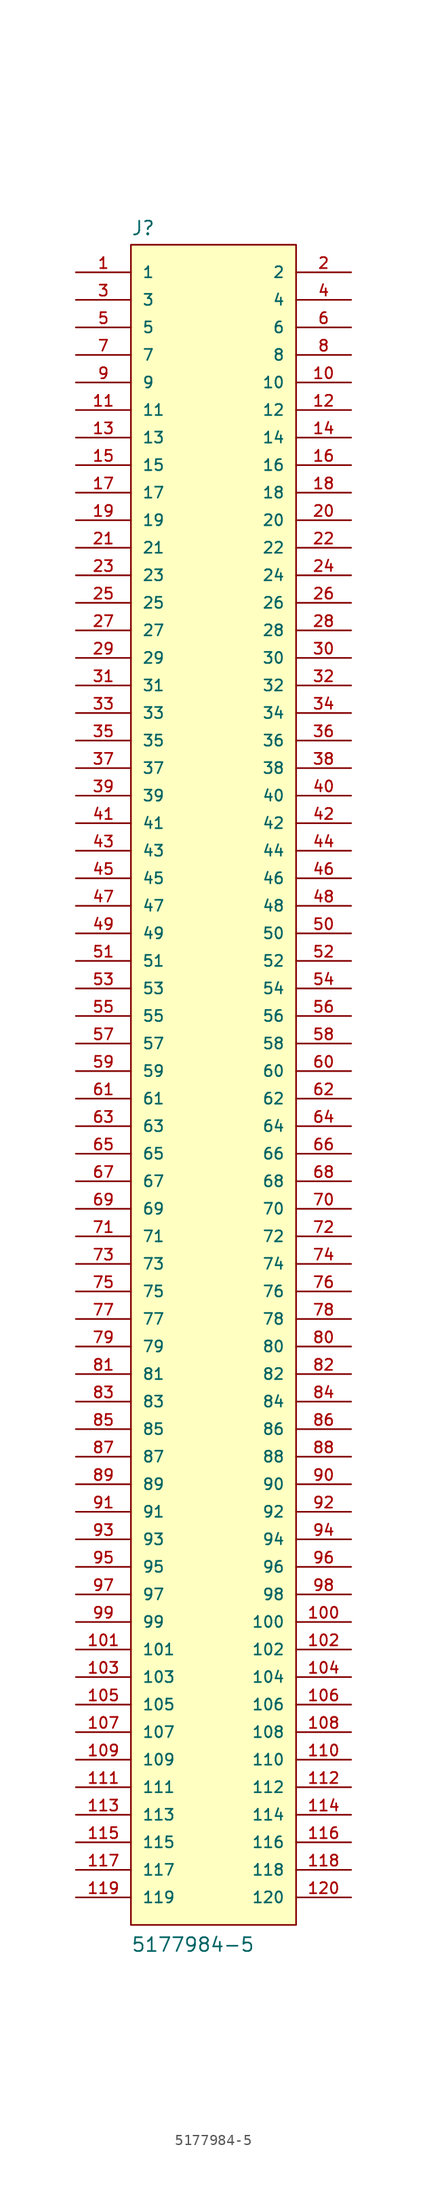
<source format=kicad_sym>
(kicad_symbol_lib
  (version 20211014)
  (generator kicad_symbol_editor)
  (symbol "5177984-5"
    (pin_names
      (offset 1.016))
    (property "Reference" "J"
      (at -7.62 76.987 0)
      (effects (font (size 1.27 1.27)) (justify left bottom)))
    (property "Value" "5177984-5"
      (at -7.62 -81.305 0)
      (effects (font (size 1.27 1.27)) (justify left bottom)))
    (symbol "5177984-5_0_0"
      (rectangle (start -7.62 -78.74) (end 7.62 76.2) (stroke (width 0.152) (type default) (color 0 0 0 0)) (fill (type background)))
      (pin passive line (at -12.7 73.66 0) (length 5.08) (name "1" (effects (font (size 1.016 1.016)))) (number "1" (effects (font (size 1.016 1.016)))))
      (pin passive line (at 12.7 63.5 180) (length 5.08) (name "10" (effects (font (size 1.016 1.016)))) (number "10" (effects (font (size 1.016 1.016)))))
      (pin passive line (at 12.7 -50.8 180) (length 5.08) (name "100" (effects (font (size 1.016 1.016)))) (number "100" (effects (font (size 1.016 1.016)))))
      (pin passive line (at -12.7 -53.34 0) (length 5.08) (name "101" (effects (font (size 1.016 1.016)))) (number "101" (effects (font (size 1.016 1.016)))))
      (pin passive line (at 12.7 -53.34 180) (length 5.08) (name "102" (effects (font (size 1.016 1.016)))) (number "102" (effects (font (size 1.016 1.016)))))
      (pin passive line (at -12.7 -55.88 0) (length 5.08) (name "103" (effects (font (size 1.016 1.016)))) (number "103" (effects (font (size 1.016 1.016)))))
      (pin passive line (at 12.7 -55.88 180) (length 5.08) (name "104" (effects (font (size 1.016 1.016)))) (number "104" (effects (font (size 1.016 1.016)))))
      (pin passive line (at -12.7 -58.42 0) (length 5.08) (name "105" (effects (font (size 1.016 1.016)))) (number "105" (effects (font (size 1.016 1.016)))))
      (pin passive line (at 12.7 -58.42 180) (length 5.08) (name "106" (effects (font (size 1.016 1.016)))) (number "106" (effects (font (size 1.016 1.016)))))
      (pin passive line (at -12.7 -60.96 0) (length 5.08) (name "107" (effects (font (size 1.016 1.016)))) (number "107" (effects (font (size 1.016 1.016)))))
      (pin passive line (at 12.7 -60.96 180) (length 5.08) (name "108" (effects (font (size 1.016 1.016)))) (number "108" (effects (font (size 1.016 1.016)))))
      (pin passive line (at -12.7 -63.5 0) (length 5.08) (name "109" (effects (font (size 1.016 1.016)))) (number "109" (effects (font (size 1.016 1.016)))))
      (pin passive line (at -12.7 60.96 0) (length 5.08) (name "11" (effects (font (size 1.016 1.016)))) (number "11" (effects (font (size 1.016 1.016)))))
      (pin passive line (at 12.7 -63.5 180) (length 5.08) (name "110" (effects (font (size 1.016 1.016)))) (number "110" (effects (font (size 1.016 1.016)))))
      (pin passive line (at -12.7 -66.04 0) (length 5.08) (name "111" (effects (font (size 1.016 1.016)))) (number "111" (effects (font (size 1.016 1.016)))))
      (pin passive line (at 12.7 -66.04 180) (length 5.08) (name "112" (effects (font (size 1.016 1.016)))) (number "112" (effects (font (size 1.016 1.016)))))
      (pin passive line (at -12.7 -68.58 0) (length 5.08) (name "113" (effects (font (size 1.016 1.016)))) (number "113" (effects (font (size 1.016 1.016)))))
      (pin passive line (at 12.7 -68.58 180) (length 5.08) (name "114" (effects (font (size 1.016 1.016)))) (number "114" (effects (font (size 1.016 1.016)))))
      (pin passive line (at -12.7 -71.12 0) (length 5.08) (name "115" (effects (font (size 1.016 1.016)))) (number "115" (effects (font (size 1.016 1.016)))))
      (pin passive line (at 12.7 -71.12 180) (length 5.08) (name "116" (effects (font (size 1.016 1.016)))) (number "116" (effects (font (size 1.016 1.016)))))
      (pin passive line (at -12.7 -73.66 0) (length 5.08) (name "117" (effects (font (size 1.016 1.016)))) (number "117" (effects (font (size 1.016 1.016)))))
      (pin passive line (at 12.7 -73.66 180) (length 5.08) (name "118" (effects (font (size 1.016 1.016)))) (number "118" (effects (font (size 1.016 1.016)))))
      (pin passive line (at -12.7 -76.2 0) (length 5.08) (name "119" (effects (font (size 1.016 1.016)))) (number "119" (effects (font (size 1.016 1.016)))))
      (pin passive line (at 12.7 60.96 180) (length 5.08) (name "12" (effects (font (size 1.016 1.016)))) (number "12" (effects (font (size 1.016 1.016)))))
      (pin passive line (at 12.7 -76.2 180) (length 5.08) (name "120" (effects (font (size 1.016 1.016)))) (number "120" (effects (font (size 1.016 1.016)))))
      (pin passive line (at -12.7 58.42 0) (length 5.08) (name "13" (effects (font (size 1.016 1.016)))) (number "13" (effects (font (size 1.016 1.016)))))
      (pin passive line (at 12.7 58.42 180) (length 5.08) (name "14" (effects (font (size 1.016 1.016)))) (number "14" (effects (font (size 1.016 1.016)))))
      (pin passive line (at -12.7 55.88 0) (length 5.08) (name "15" (effects (font (size 1.016 1.016)))) (number "15" (effects (font (size 1.016 1.016)))))
      (pin passive line (at 12.7 55.88 180) (length 5.08) (name "16" (effects (font (size 1.016 1.016)))) (number "16" (effects (font (size 1.016 1.016)))))
      (pin passive line (at -12.7 53.34 0) (length 5.08) (name "17" (effects (font (size 1.016 1.016)))) (number "17" (effects (font (size 1.016 1.016)))))
      (pin passive line (at 12.7 53.34 180) (length 5.08) (name "18" (effects (font (size 1.016 1.016)))) (number "18" (effects (font (size 1.016 1.016)))))
      (pin passive line (at -12.7 50.8 0) (length 5.08) (name "19" (effects (font (size 1.016 1.016)))) (number "19" (effects (font (size 1.016 1.016)))))
      (pin passive line (at 12.7 73.66 180) (length 5.08) (name "2" (effects (font (size 1.016 1.016)))) (number "2" (effects (font (size 1.016 1.016)))))
      (pin passive line (at 12.7 50.8 180) (length 5.08) (name "20" (effects (font (size 1.016 1.016)))) (number "20" (effects (font (size 1.016 1.016)))))
      (pin passive line (at -12.7 48.26 0) (length 5.08) (name "21" (effects (font (size 1.016 1.016)))) (number "21" (effects (font (size 1.016 1.016)))))
      (pin passive line (at 12.7 48.26 180) (length 5.08) (name "22" (effects (font (size 1.016 1.016)))) (number "22" (effects (font (size 1.016 1.016)))))
      (pin passive line (at -12.7 45.72 0) (length 5.08) (name "23" (effects (font (size 1.016 1.016)))) (number "23" (effects (font (size 1.016 1.016)))))
      (pin passive line (at 12.7 45.72 180) (length 5.08) (name "24" (effects (font (size 1.016 1.016)))) (number "24" (effects (font (size 1.016 1.016)))))
      (pin passive line (at -12.7 43.18 0) (length 5.08) (name "25" (effects (font (size 1.016 1.016)))) (number "25" (effects (font (size 1.016 1.016)))))
      (pin passive line (at 12.7 43.18 180) (length 5.08) (name "26" (effects (font (size 1.016 1.016)))) (number "26" (effects (font (size 1.016 1.016)))))
      (pin passive line (at -12.7 40.64 0) (length 5.08) (name "27" (effects (font (size 1.016 1.016)))) (number "27" (effects (font (size 1.016 1.016)))))
      (pin passive line (at 12.7 40.64 180) (length 5.08) (name "28" (effects (font (size 1.016 1.016)))) (number "28" (effects (font (size 1.016 1.016)))))
      (pin passive line (at -12.7 38.1 0) (length 5.08) (name "29" (effects (font (size 1.016 1.016)))) (number "29" (effects (font (size 1.016 1.016)))))
      (pin passive line (at -12.7 71.12 0) (length 5.08) (name "3" (effects (font (size 1.016 1.016)))) (number "3" (effects (font (size 1.016 1.016)))))
      (pin passive line (at 12.7 38.1 180) (length 5.08) (name "30" (effects (font (size 1.016 1.016)))) (number "30" (effects (font (size 1.016 1.016)))))
      (pin passive line (at -12.7 35.56 0) (length 5.08) (name "31" (effects (font (size 1.016 1.016)))) (number "31" (effects (font (size 1.016 1.016)))))
      (pin passive line (at 12.7 35.56 180) (length 5.08) (name "32" (effects (font (size 1.016 1.016)))) (number "32" (effects (font (size 1.016 1.016)))))
      (pin passive line (at -12.7 33.02 0) (length 5.08) (name "33" (effects (font (size 1.016 1.016)))) (number "33" (effects (font (size 1.016 1.016)))))
      (pin passive line (at 12.7 33.02 180) (length 5.08) (name "34" (effects (font (size 1.016 1.016)))) (number "34" (effects (font (size 1.016 1.016)))))
      (pin passive line (at -12.7 30.48 0) (length 5.08) (name "35" (effects (font (size 1.016 1.016)))) (number "35" (effects (font (size 1.016 1.016)))))
      (pin passive line (at 12.7 30.48 180) (length 5.08) (name "36" (effects (font (size 1.016 1.016)))) (number "36" (effects (font (size 1.016 1.016)))))
      (pin passive line (at -12.7 27.94 0) (length 5.08) (name "37" (effects (font (size 1.016 1.016)))) (number "37" (effects (font (size 1.016 1.016)))))
      (pin passive line (at 12.7 27.94 180) (length 5.08) (name "38" (effects (font (size 1.016 1.016)))) (number "38" (effects (font (size 1.016 1.016)))))
      (pin passive line (at -12.7 25.4 0) (length 5.08) (name "39" (effects (font (size 1.016 1.016)))) (number "39" (effects (font (size 1.016 1.016)))))
      (pin passive line (at 12.7 71.12 180) (length 5.08) (name "4" (effects (font (size 1.016 1.016)))) (number "4" (effects (font (size 1.016 1.016)))))
      (pin passive line (at 12.7 25.4 180) (length 5.08) (name "40" (effects (font (size 1.016 1.016)))) (number "40" (effects (font (size 1.016 1.016)))))
      (pin passive line (at -12.7 22.86 0) (length 5.08) (name "41" (effects (font (size 1.016 1.016)))) (number "41" (effects (font (size 1.016 1.016)))))
      (pin passive line (at 12.7 22.86 180) (length 5.08) (name "42" (effects (font (size 1.016 1.016)))) (number "42" (effects (font (size 1.016 1.016)))))
      (pin passive line (at -12.7 20.32 0) (length 5.08) (name "43" (effects (font (size 1.016 1.016)))) (number "43" (effects (font (size 1.016 1.016)))))
      (pin passive line (at 12.7 20.32 180) (length 5.08) (name "44" (effects (font (size 1.016 1.016)))) (number "44" (effects (font (size 1.016 1.016)))))
      (pin passive line (at -12.7 17.78 0) (length 5.08) (name "45" (effects (font (size 1.016 1.016)))) (number "45" (effects (font (size 1.016 1.016)))))
      (pin passive line (at 12.7 17.78 180) (length 5.08) (name "46" (effects (font (size 1.016 1.016)))) (number "46" (effects (font (size 1.016 1.016)))))
      (pin passive line (at -12.7 15.24 0) (length 5.08) (name "47" (effects (font (size 1.016 1.016)))) (number "47" (effects (font (size 1.016 1.016)))))
      (pin passive line (at 12.7 15.24 180) (length 5.08) (name "48" (effects (font (size 1.016 1.016)))) (number "48" (effects (font (size 1.016 1.016)))))
      (pin passive line (at -12.7 12.7 0) (length 5.08) (name "49" (effects (font (size 1.016 1.016)))) (number "49" (effects (font (size 1.016 1.016)))))
      (pin passive line (at -12.7 68.58 0) (length 5.08) (name "5" (effects (font (size 1.016 1.016)))) (number "5" (effects (font (size 1.016 1.016)))))
      (pin passive line (at 12.7 12.7 180) (length 5.08) (name "50" (effects (font (size 1.016 1.016)))) (number "50" (effects (font (size 1.016 1.016)))))
      (pin passive line (at -12.7 10.16 0) (length 5.08) (name "51" (effects (font (size 1.016 1.016)))) (number "51" (effects (font (size 1.016 1.016)))))
      (pin passive line (at 12.7 10.16 180) (length 5.08) (name "52" (effects (font (size 1.016 1.016)))) (number "52" (effects (font (size 1.016 1.016)))))
      (pin passive line (at -12.7 7.62 0) (length 5.08) (name "53" (effects (font (size 1.016 1.016)))) (number "53" (effects (font (size 1.016 1.016)))))
      (pin passive line (at 12.7 7.62 180) (length 5.08) (name "54" (effects (font (size 1.016 1.016)))) (number "54" (effects (font (size 1.016 1.016)))))
      (pin passive line (at -12.7 5.08 0) (length 5.08) (name "55" (effects (font (size 1.016 1.016)))) (number "55" (effects (font (size 1.016 1.016)))))
      (pin passive line (at 12.7 5.08 180) (length 5.08) (name "56" (effects (font (size 1.016 1.016)))) (number "56" (effects (font (size 1.016 1.016)))))
      (pin passive line (at -12.7 2.54 0) (length 5.08) (name "57" (effects (font (size 1.016 1.016)))) (number "57" (effects (font (size 1.016 1.016)))))
      (pin passive line (at 12.7 2.54 180) (length 5.08) (name "58" (effects (font (size 1.016 1.016)))) (number "58" (effects (font (size 1.016 1.016)))))
      (pin passive line (at -12.7 0 0) (length 5.08) (name "59" (effects (font (size 1.016 1.016)))) (number "59" (effects (font (size 1.016 1.016)))))
      (pin passive line (at 12.7 68.58 180) (length 5.08) (name "6" (effects (font (size 1.016 1.016)))) (number "6" (effects (font (size 1.016 1.016)))))
      (pin passive line (at 12.7 0 180) (length 5.08) (name "60" (effects (font (size 1.016 1.016)))) (number "60" (effects (font (size 1.016 1.016)))))
      (pin passive line (at -12.7 -2.54 0) (length 5.08) (name "61" (effects (font (size 1.016 1.016)))) (number "61" (effects (font (size 1.016 1.016)))))
      (pin passive line (at 12.7 -2.54 180) (length 5.08) (name "62" (effects (font (size 1.016 1.016)))) (number "62" (effects (font (size 1.016 1.016)))))
      (pin passive line (at -12.7 -5.08 0) (length 5.08) (name "63" (effects (font (size 1.016 1.016)))) (number "63" (effects (font (size 1.016 1.016)))))
      (pin passive line (at 12.7 -5.08 180) (length 5.08) (name "64" (effects (font (size 1.016 1.016)))) (number "64" (effects (font (size 1.016 1.016)))))
      (pin passive line (at -12.7 -7.62 0) (length 5.08) (name "65" (effects (font (size 1.016 1.016)))) (number "65" (effects (font (size 1.016 1.016)))))
      (pin passive line (at 12.7 -7.62 180) (length 5.08) (name "66" (effects (font (size 1.016 1.016)))) (number "66" (effects (font (size 1.016 1.016)))))
      (pin passive line (at -12.7 -10.16 0) (length 5.08) (name "67" (effects (font (size 1.016 1.016)))) (number "67" (effects (font (size 1.016 1.016)))))
      (pin passive line (at 12.7 -10.16 180) (length 5.08) (name "68" (effects (font (size 1.016 1.016)))) (number "68" (effects (font (size 1.016 1.016)))))
      (pin passive line (at -12.7 -12.7 0) (length 5.08) (name "69" (effects (font (size 1.016 1.016)))) (number "69" (effects (font (size 1.016 1.016)))))
      (pin passive line (at -12.7 66.04 0) (length 5.08) (name "7" (effects (font (size 1.016 1.016)))) (number "7" (effects (font (size 1.016 1.016)))))
      (pin passive line (at 12.7 -12.7 180) (length 5.08) (name "70" (effects (font (size 1.016 1.016)))) (number "70" (effects (font (size 1.016 1.016)))))
      (pin passive line (at -12.7 -15.24 0) (length 5.08) (name "71" (effects (font (size 1.016 1.016)))) (number "71" (effects (font (size 1.016 1.016)))))
      (pin passive line (at 12.7 -15.24 180) (length 5.08) (name "72" (effects (font (size 1.016 1.016)))) (number "72" (effects (font (size 1.016 1.016)))))
      (pin passive line (at -12.7 -17.78 0) (length 5.08) (name "73" (effects (font (size 1.016 1.016)))) (number "73" (effects (font (size 1.016 1.016)))))
      (pin passive line (at 12.7 -17.78 180) (length 5.08) (name "74" (effects (font (size 1.016 1.016)))) (number "74" (effects (font (size 1.016 1.016)))))
      (pin passive line (at -12.7 -20.32 0) (length 5.08) (name "75" (effects (font (size 1.016 1.016)))) (number "75" (effects (font (size 1.016 1.016)))))
      (pin passive line (at 12.7 -20.32 180) (length 5.08) (name "76" (effects (font (size 1.016 1.016)))) (number "76" (effects (font (size 1.016 1.016)))))
      (pin passive line (at -12.7 -22.86 0) (length 5.08) (name "77" (effects (font (size 1.016 1.016)))) (number "77" (effects (font (size 1.016 1.016)))))
      (pin passive line (at 12.7 -22.86 180) (length 5.08) (name "78" (effects (font (size 1.016 1.016)))) (number "78" (effects (font (size 1.016 1.016)))))
      (pin passive line (at -12.7 -25.4 0) (length 5.08) (name "79" (effects (font (size 1.016 1.016)))) (number "79" (effects (font (size 1.016 1.016)))))
      (pin passive line (at 12.7 66.04 180) (length 5.08) (name "8" (effects (font (size 1.016 1.016)))) (number "8" (effects (font (size 1.016 1.016)))))
      (pin passive line (at 12.7 -25.4 180) (length 5.08) (name "80" (effects (font (size 1.016 1.016)))) (number "80" (effects (font (size 1.016 1.016)))))
      (pin passive line (at -12.7 -27.94 0) (length 5.08) (name "81" (effects (font (size 1.016 1.016)))) (number "81" (effects (font (size 1.016 1.016)))))
      (pin passive line (at 12.7 -27.94 180) (length 5.08) (name "82" (effects (font (size 1.016 1.016)))) (number "82" (effects (font (size 1.016 1.016)))))
      (pin passive line (at -12.7 -30.48 0) (length 5.08) (name "83" (effects (font (size 1.016 1.016)))) (number "83" (effects (font (size 1.016 1.016)))))
      (pin passive line (at 12.7 -30.48 180) (length 5.08) (name "84" (effects (font (size 1.016 1.016)))) (number "84" (effects (font (size 1.016 1.016)))))
      (pin passive line (at -12.7 -33.02 0) (length 5.08) (name "85" (effects (font (size 1.016 1.016)))) (number "85" (effects (font (size 1.016 1.016)))))
      (pin passive line (at 12.7 -33.02 180) (length 5.08) (name "86" (effects (font (size 1.016 1.016)))) (number "86" (effects (font (size 1.016 1.016)))))
      (pin passive line (at -12.7 -35.56 0) (length 5.08) (name "87" (effects (font (size 1.016 1.016)))) (number "87" (effects (font (size 1.016 1.016)))))
      (pin passive line (at 12.7 -35.56 180) (length 5.08) (name "88" (effects (font (size 1.016 1.016)))) (number "88" (effects (font (size 1.016 1.016)))))
      (pin passive line (at -12.7 -38.1 0) (length 5.08) (name "89" (effects (font (size 1.016 1.016)))) (number "89" (effects (font (size 1.016 1.016)))))
      (pin passive line (at -12.7 63.5 0) (length 5.08) (name "9" (effects (font (size 1.016 1.016)))) (number "9" (effects (font (size 1.016 1.016)))))
      (pin passive line (at 12.7 -38.1 180) (length 5.08) (name "90" (effects (font (size 1.016 1.016)))) (number "90" (effects (font (size 1.016 1.016)))))
      (pin passive line (at -12.7 -40.64 0) (length 5.08) (name "91" (effects (font (size 1.016 1.016)))) (number "91" (effects (font (size 1.016 1.016)))))
      (pin passive line (at 12.7 -40.64 180) (length 5.08) (name "92" (effects (font (size 1.016 1.016)))) (number "92" (effects (font (size 1.016 1.016)))))
      (pin passive line (at -12.7 -43.18 0) (length 5.08) (name "93" (effects (font (size 1.016 1.016)))) (number "93" (effects (font (size 1.016 1.016)))))
      (pin passive line (at 12.7 -43.18 180) (length 5.08) (name "94" (effects (font (size 1.016 1.016)))) (number "94" (effects (font (size 1.016 1.016)))))
      (pin passive line (at -12.7 -45.72 0) (length 5.08) (name "95" (effects (font (size 1.016 1.016)))) (number "95" (effects (font (size 1.016 1.016)))))
      (pin passive line (at 12.7 -45.72 180) (length 5.08) (name "96" (effects (font (size 1.016 1.016)))) (number "96" (effects (font (size 1.016 1.016)))))
      (pin passive line (at -12.7 -48.26 0) (length 5.08) (name "97" (effects (font (size 1.016 1.016)))) (number "97" (effects (font (size 1.016 1.016)))))
      (pin passive line (at 12.7 -48.26 180) (length 5.08) (name "98" (effects (font (size 1.016 1.016)))) (number "98" (effects (font (size 1.016 1.016)))))
      (pin passive line (at -12.7 -50.8 0) (length 5.08) (name "99" (effects (font (size 1.016 1.016)))) (number "99" (effects (font (size 1.016 1.016))))))))
</source>
